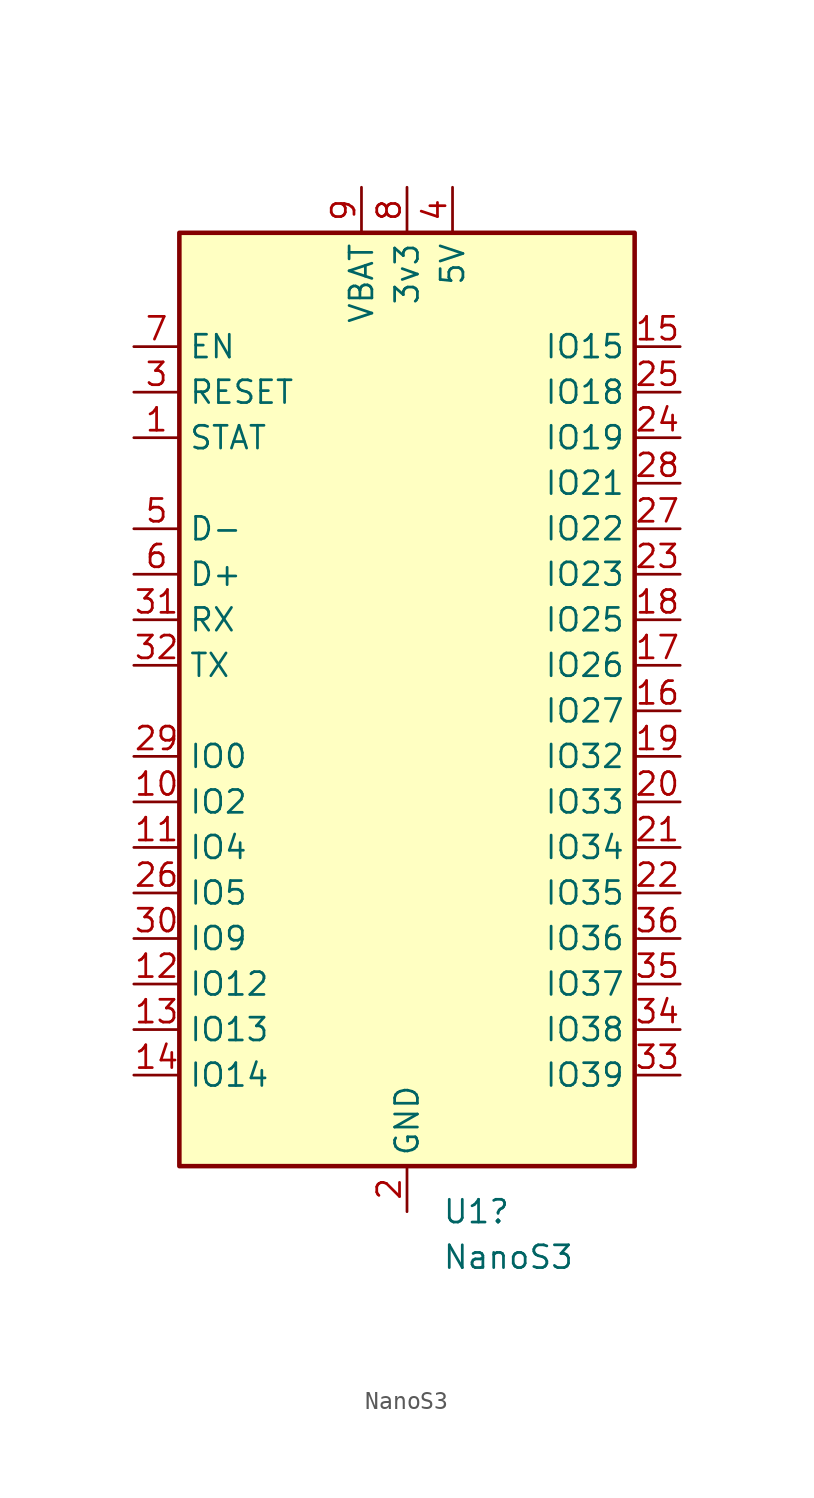
<source format=kicad_sym>
(kicad_symbol_lib
  (version 20220914)
  (generator kicad_symbol_editor)
  (symbol "NanoS3"
    (property "Reference" "U1"
      (at 1.956 -27.94 0)
      (effects (font (size 1.27 1.27)) (justify left)))
    (property "Value" "NanoS3"
      (at 1.956 -30.48 0)
      (effects (font (size 1.27 1.27)) (justify left)))
    (symbol "NanoS3_0_0"
      (pin bidirectional line (at 15.24 0 180) (length 2.54) (name "IO27" (effects (font (size 1.27 1.27)))) (number "16" (effects (font (size 1.27 1.27)))))
      (pin bidirectional line (at 15.24 2.54 180) (length 2.54) (name "IO26" (effects (font (size 1.27 1.27)))) (number "17" (effects (font (size 1.27 1.27)))))
      (pin bidirectional line (at 15.24 5.08 180) (length 2.54) (name "IO25" (effects (font (size 1.27 1.27)))) (number "18" (effects (font (size 1.27 1.27)))))
      (pin bidirectional line (at 15.24 -2.54 180) (length 2.54) (name "IO32" (effects (font (size 1.27 1.27)))) (number "19" (effects (font (size 1.27 1.27)))))
      (pin bidirectional line (at 15.24 -5.08 180) (length 2.54) (name "IO33" (effects (font (size 1.27 1.27)))) (number "20" (effects (font (size 1.27 1.27)))))
      (pin bidirectional line (at 15.24 -7.62 180) (length 2.54) (name "IO34" (effects (font (size 1.27 1.27)))) (number "21" (effects (font (size 1.27 1.27)))))
      (pin bidirectional line (at 15.24 -10.16 180) (length 2.54) (name "IO35" (effects (font (size 1.27 1.27)))) (number "22" (effects (font (size 1.27 1.27)))))
      (pin bidirectional line (at 15.24 7.62 180) (length 2.54) (name "IO23" (effects (font (size 1.27 1.27)))) (number "23" (effects (font (size 1.27 1.27)))))
      (pin bidirectional line (at 15.24 15.24 180) (length 2.54) (name "IO19" (effects (font (size 1.27 1.27)))) (number "24" (effects (font (size 1.27 1.27)))))
      (pin bidirectional line (at 15.24 17.78 180) (length 2.54) (name "IO18" (effects (font (size 1.27 1.27)))) (number "25" (effects (font (size 1.27 1.27)))))
      (pin bidirectional line (at -15.24 -10.16 0) (length 2.54) (name "IO5" (effects (font (size 1.27 1.27)))) (number "26" (effects (font (size 1.27 1.27)))))
      (pin bidirectional line (at 15.24 10.16 180) (length 2.54) (name "IO22" (effects (font (size 1.27 1.27)))) (number "27" (effects (font (size 1.27 1.27)))))
      (pin bidirectional line (at 15.24 12.7 180) (length 2.54) (name "IO21" (effects (font (size 1.27 1.27)))) (number "28" (effects (font (size 1.27 1.27)))))
      (pin bidirectional line (at -15.24 -2.54 0) (length 2.54) (name "IO0" (effects (font (size 1.27 1.27)))) (number "29" (effects (font (size 1.27 1.27)))))
      (pin bidirectional line (at -15.24 -12.7 0) (length 2.54) (name "IO9" (effects (font (size 1.27 1.27)))) (number "30" (effects (font (size 1.27 1.27)))))
      (pin bidirectional line (at -15.24 5.08 0) (length 2.54) (name "RX" (effects (font (size 1.27 1.27)))) (number "31" (effects (font (size 1.27 1.27)))))
      (pin bidirectional line (at -15.24 2.54 0) (length 2.54) (name "TX" (effects (font (size 1.27 1.27)))) (number "32" (effects (font (size 1.27 1.27)))))
      (pin bidirectional line (at 15.24 -20.32 180) (length 2.54) (name "IO39" (effects (font (size 1.27 1.27)))) (number "33" (effects (font (size 1.27 1.27)))))
      (pin bidirectional line (at 15.24 -17.78 180) (length 2.54) (name "IO38" (effects (font (size 1.27 1.27)))) (number "34" (effects (font (size 1.27 1.27)))))
      (pin bidirectional line (at 15.24 -15.24 180) (length 2.54) (name "IO37" (effects (font (size 1.27 1.27)))) (number "35" (effects (font (size 1.27 1.27)))))
      (pin bidirectional line (at 15.24 -12.7 180) (length 2.54) (name "IO36" (effects (font (size 1.27 1.27)))) (number "36" (effects (font (size 1.27 1.27))))))
    (symbol "NanoS3_0_1"
      (rectangle (start -12.7 26.67) (end 12.7 -25.4) (stroke (width 0.254) (type default)) (fill (type background))))
    (symbol "NanoS3_1_1"
      (pin bidirectional line (at -15.24 15.24 0) (length 2.54) (name "STAT" (effects (font (size 1.27 1.27)))) (number "1" (effects (font (size 1.27 1.27)))))
      (pin bidirectional line (at -15.24 -5.08 0) (length 2.54) (name "IO2" (effects (font (size 1.27 1.27)))) (number "10" (effects (font (size 1.27 1.27)))))
      (pin bidirectional line (at -15.24 -7.62 0) (length 2.54) (name "IO4" (effects (font (size 1.27 1.27)))) (number "11" (effects (font (size 1.27 1.27)))))
      (pin bidirectional line (at -15.24 -15.24 0) (length 2.54) (name "IO12" (effects (font (size 1.27 1.27)))) (number "12" (effects (font (size 1.27 1.27)))))
      (pin bidirectional line (at -15.24 -17.78 0) (length 2.54) (name "IO13" (effects (font (size 1.27 1.27)))) (number "13" (effects (font (size 1.27 1.27)))))
      (pin bidirectional line (at -15.24 -20.32 0) (length 2.54) (name "IO14" (effects (font (size 1.27 1.27)))) (number "14" (effects (font (size 1.27 1.27)))))
      (pin bidirectional line (at 15.24 20.32 180) (length 2.54) (name "IO15" (effects (font (size 1.27 1.27)))) (number "15" (effects (font (size 1.27 1.27)))))
      (pin bidirectional line (at 0 -27.94 90) (length 2.54) (name "GND" (effects (font (size 1.27 1.27)))) (number "2" (effects (font (size 1.27 1.27)))))
      (pin bidirectional line (at -15.24 17.78 0) (length 2.54) (name "RESET" (effects (font (size 1.27 1.27)))) (number "3" (effects (font (size 1.27 1.27)))))
      (pin bidirectional line (at 2.54 29.21 270) (length 2.54) (name "5V" (effects (font (size 1.27 1.27)))) (number "4" (effects (font (size 1.27 1.27)))))
      (pin bidirectional line (at -15.24 10.16 0) (length 2.54) (name "D-" (effects (font (size 1.27 1.27)))) (number "5" (effects (font (size 1.27 1.27)))))
      (pin bidirectional line (at -15.24 7.62 0) (length 2.54) (name "D+" (effects (font (size 1.27 1.27)))) (number "6" (effects (font (size 1.27 1.27)))))
      (pin bidirectional line (at -15.24 20.32 0) (length 2.54) (name "EN" (effects (font (size 1.27 1.27)))) (number "7" (effects (font (size 1.27 1.27)))))
      (pin bidirectional line (at 0 29.21 270) (length 2.54) (name "3v3" (effects (font (size 1.27 1.27)))) (number "8" (effects (font (size 1.27 1.27)))))
      (pin bidirectional line (at -2.54 29.21 270) (length 2.54) (name "VBAT" (effects (font (size 1.27 1.27)))) (number "9" (effects (font (size 1.27 1.27))))))))
</source>
